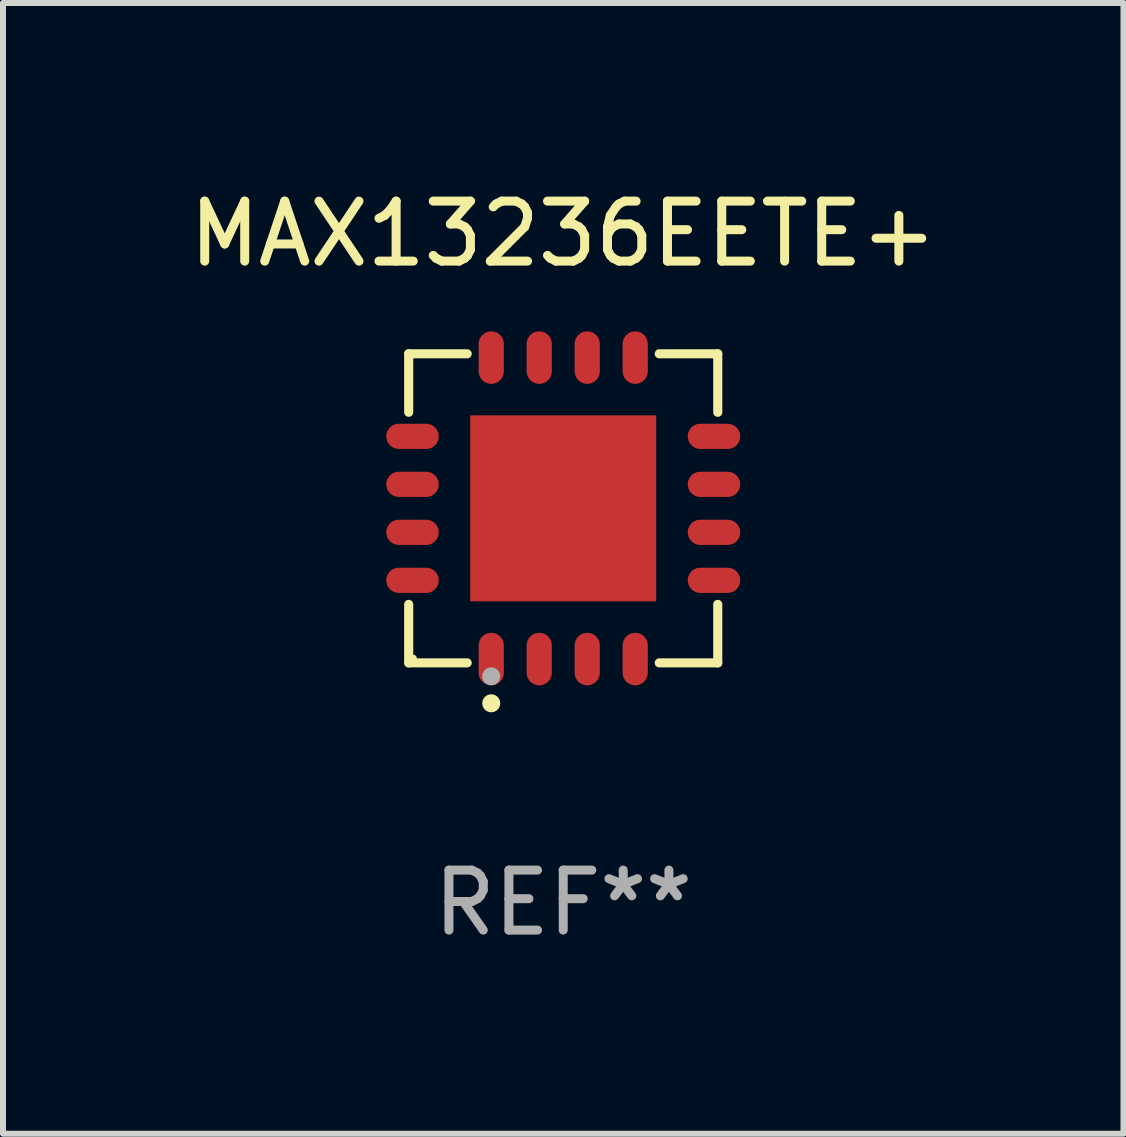
<source format=kicad_pcb>
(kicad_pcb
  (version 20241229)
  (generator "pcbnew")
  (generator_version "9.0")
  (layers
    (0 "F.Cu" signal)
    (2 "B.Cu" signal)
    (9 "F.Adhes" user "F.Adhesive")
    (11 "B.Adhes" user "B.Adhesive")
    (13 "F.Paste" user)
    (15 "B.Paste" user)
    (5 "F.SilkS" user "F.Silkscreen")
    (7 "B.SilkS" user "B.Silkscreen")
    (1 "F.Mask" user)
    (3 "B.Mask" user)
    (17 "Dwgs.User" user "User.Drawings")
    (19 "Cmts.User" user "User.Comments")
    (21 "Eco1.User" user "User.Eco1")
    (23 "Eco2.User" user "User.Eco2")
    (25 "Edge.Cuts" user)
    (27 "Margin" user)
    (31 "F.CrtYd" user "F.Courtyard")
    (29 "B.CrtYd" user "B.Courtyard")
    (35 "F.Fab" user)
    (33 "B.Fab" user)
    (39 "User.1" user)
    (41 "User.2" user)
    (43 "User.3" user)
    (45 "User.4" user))
  (footprint "MAX13236EETE+"
    (layer "F.Cu")
    (at 6.339 5.424)
    (property "Reference" "MAX13236EETE+" (at 0 -4.576 0) (layer "F.SilkS") (effects (font (size 1 1) (thickness 0.15))))
    (attr through_hole)
    (fp_line (start -2.576 -2.576) (end -1.601 -2.576) (stroke (width 0.152) (type solid)) (layer "F.SilkS"))
    (fp_line (start -2.576 -1.601) (end -2.576 -2.576) (stroke (width 0.152) (type solid)) (layer "F.SilkS"))
    (fp_line (start -2.576 1.601) (end -2.576 2.576) (stroke (width 0.152) (type solid)) (layer "F.SilkS"))
    (fp_line (start -2.576 2.576) (end -1.601 2.576) (stroke (width 0.152) (type solid)) (layer "F.SilkS"))
    (fp_line (start 2.576 -2.576) (end 1.601 -2.576) (stroke (width 0.152) (type solid)) (layer "F.SilkS"))
    (fp_line (start 2.576 -1.601) (end 2.576 -2.576) (stroke (width 0.152) (type solid)) (layer "F.SilkS"))
    (fp_line (start 2.576 1.601) (end 2.576 2.576) (stroke (width 0.152) (type solid)) (layer "F.SilkS"))
    (fp_line (start 2.576 2.576) (end 1.601 2.576) (stroke (width 0.152) (type solid)) (layer "F.SilkS"))
    (fp_circle (center -2.5 2.5) (end -2.47 2.5) (stroke (width 0.06) (type solid)) (fill no) (layer "F.SilkS"))
    (fp_circle (center -1.2 3.25) (end -1.125 3.25) (stroke (width 0.15) (type solid)) (fill no) (layer "F.SilkS"))
    (fp_circle (center -1.2 2.8) (end -1.125 2.8) (stroke (width 0.15) (type solid)) (fill no) (layer "F.Fab"))
    (fp_text user "REF**" (at 0 6.576 0) (layer "F.Fab") (effects (font (size 1 1) (thickness 0.15))))
    (pad "1" smd oval (at -1.2 2.513) (size 0.42 0.875) (layers "F.Cu" "F.Mask" "F.Paste"))
    (pad "2" smd oval (at -0.4 2.513) (size 0.42 0.875) (layers "F.Cu" "F.Mask" "F.Paste"))
    (pad "3" smd oval (at 0.4 2.513) (size 0.42 0.875) (layers "F.Cu" "F.Mask" "F.Paste"))
    (pad "4" smd oval (at 1.2 2.513) (size 0.42 0.875) (layers "F.Cu" "F.Mask" "F.Paste"))
    (pad "5" smd oval (at 2.513 1.2) (size 0.875 0.42) (layers "F.Cu" "F.Mask" "F.Paste"))
    (pad "6" smd oval (at 2.513 0.4) (size 0.875 0.42) (layers "F.Cu" "F.Mask" "F.Paste"))
    (pad "7" smd oval (at 2.513 -0.4) (size 0.875 0.42) (layers "F.Cu" "F.Mask" "F.Paste"))
    (pad "8" smd oval (at 2.513 -1.2) (size 0.875 0.42) (layers "F.Cu" "F.Mask" "F.Paste"))
    (pad "9" smd oval (at 1.2 -2.513) (size 0.42 0.875) (layers "F.Cu" "F.Mask" "F.Paste"))
    (pad "10" smd oval (at 0.4 -2.513) (size 0.42 0.875) (layers "F.Cu" "F.Mask" "F.Paste"))
    (pad "11" smd oval (at -0.4 -2.513) (size 0.42 0.875) (layers "F.Cu" "F.Mask" "F.Paste"))
    (pad "12" smd oval (at -1.2 -2.513) (size 0.42 0.875) (layers "F.Cu" "F.Mask" "F.Paste"))
    (pad "13" smd oval (at -2.513 -1.2) (size 0.875 0.42) (layers "F.Cu" "F.Mask" "F.Paste"))
    (pad "14" smd oval (at -2.513 -0.4) (size 0.875 0.42) (layers "F.Cu" "F.Mask" "F.Paste"))
    (pad "15" smd oval (at -2.513 0.4) (size 0.875 0.42) (layers "F.Cu" "F.Mask" "F.Paste"))
    (pad "16" smd oval (at -2.513 1.2) (size 0.875 0.42) (layers "F.Cu" "F.Mask" "F.Paste"))
    (pad "17" smd rect (at 0 0) (size 3.1 3.1) (layers "F.Cu" "F.Mask" "F.Paste")))
  (gr_rect
    (start -3 -3)
    (end 15.679 15.849)
    (stroke (width 0.1) (type default))
    (fill no)
    (layer "Edge.Cuts")))
</source>
